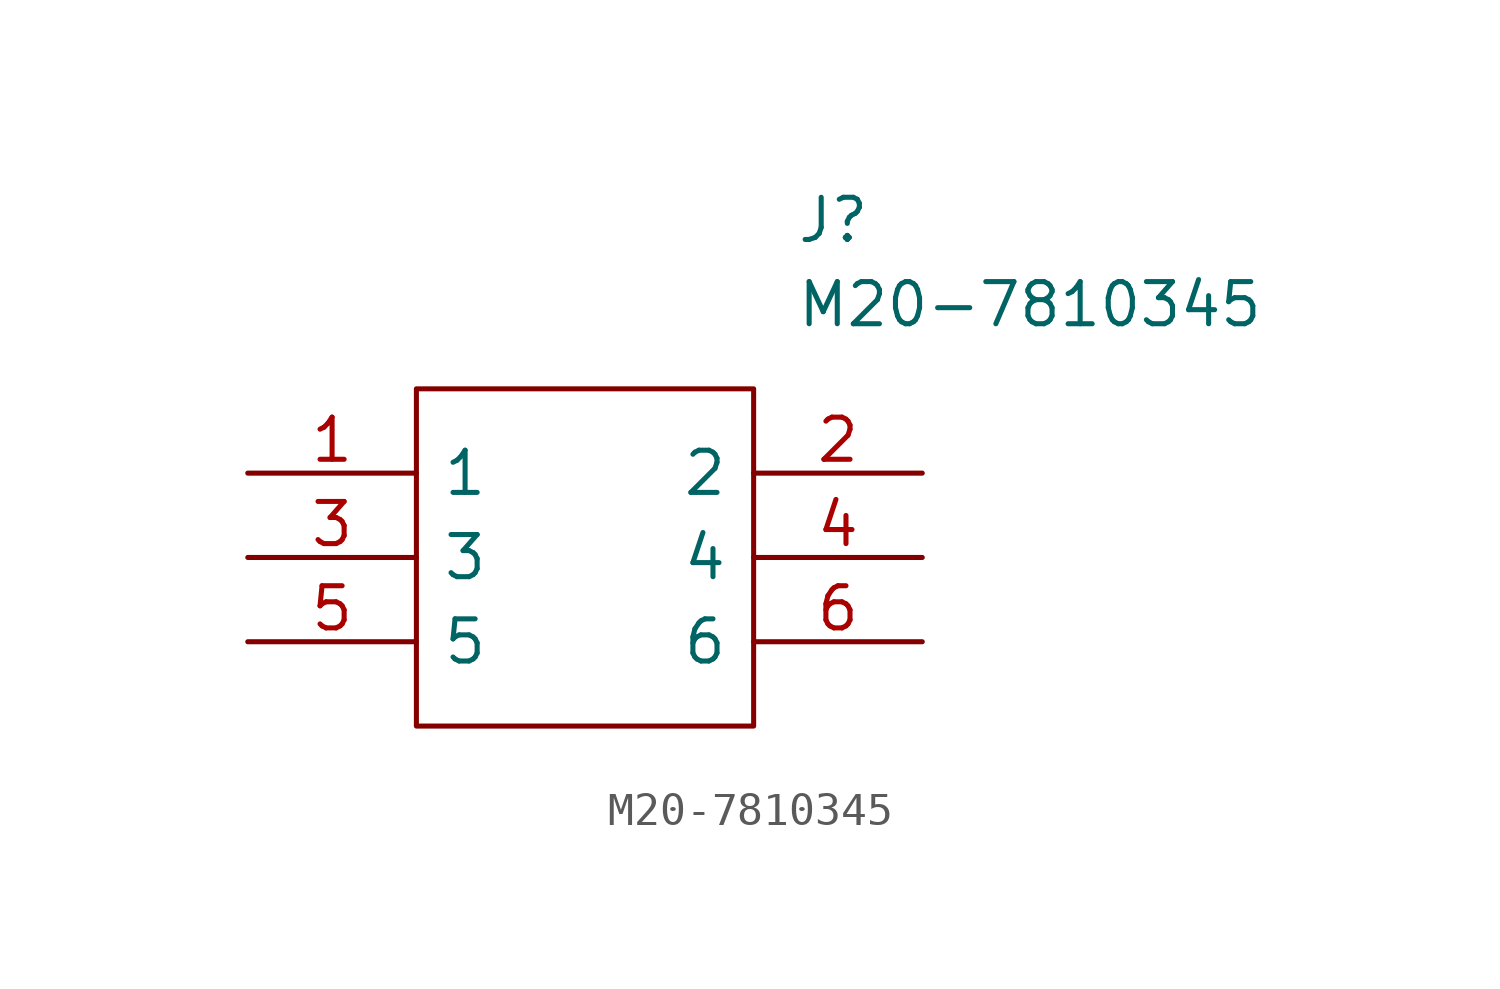
<source format=kicad_sym>
(kicad_symbol_lib
  (version 20210619)
  (generator kicad_symbol_editor)
  (symbol "M20-7810345"
    (pin_names
      (offset 0.762))
    (property "Reference" "J"
      (at 16.51 7.62 0)
      (effects (font (size 1.27 1.27)) (justify left)))
    (property "Value" "M20-7810345"
      (at 16.51 5.08 0)
      (effects (font (size 1.27 1.27)) (justify left)))
    (symbol "M20-7810345_0_0"
      (pin passive line (at 0 0 0) (length 5.08) (name "1" (effects (font (size 1.27 1.27)))) (number "1" (effects (font (size 1.27 1.27)))))
      (pin passive line (at 20.32 0 180) (length 5.08) (name "2" (effects (font (size 1.27 1.27)))) (number "2" (effects (font (size 1.27 1.27)))))
      (pin passive line (at 0 -2.54 0) (length 5.08) (name "3" (effects (font (size 1.27 1.27)))) (number "3" (effects (font (size 1.27 1.27)))))
      (pin passive line (at 20.32 -2.54 180) (length 5.08) (name "4" (effects (font (size 1.27 1.27)))) (number "4" (effects (font (size 1.27 1.27)))))
      (pin passive line (at 0 -5.08 0) (length 5.08) (name "5" (effects (font (size 1.27 1.27)))) (number "5" (effects (font (size 1.27 1.27)))))
      (pin passive line (at 20.32 -5.08 180) (length 5.08) (name "6" (effects (font (size 1.27 1.27)))) (number "6" (effects (font (size 1.27 1.27))))))
    (symbol "M20-7810345_0_1"
      (polyline (pts (xy 5.08 2.54) (xy 15.24 2.54) (xy 15.24 -7.62) (xy 5.08 -7.62) (xy 5.08 2.54)) (stroke (width 0.152)) (fill (type none))))))
</source>
